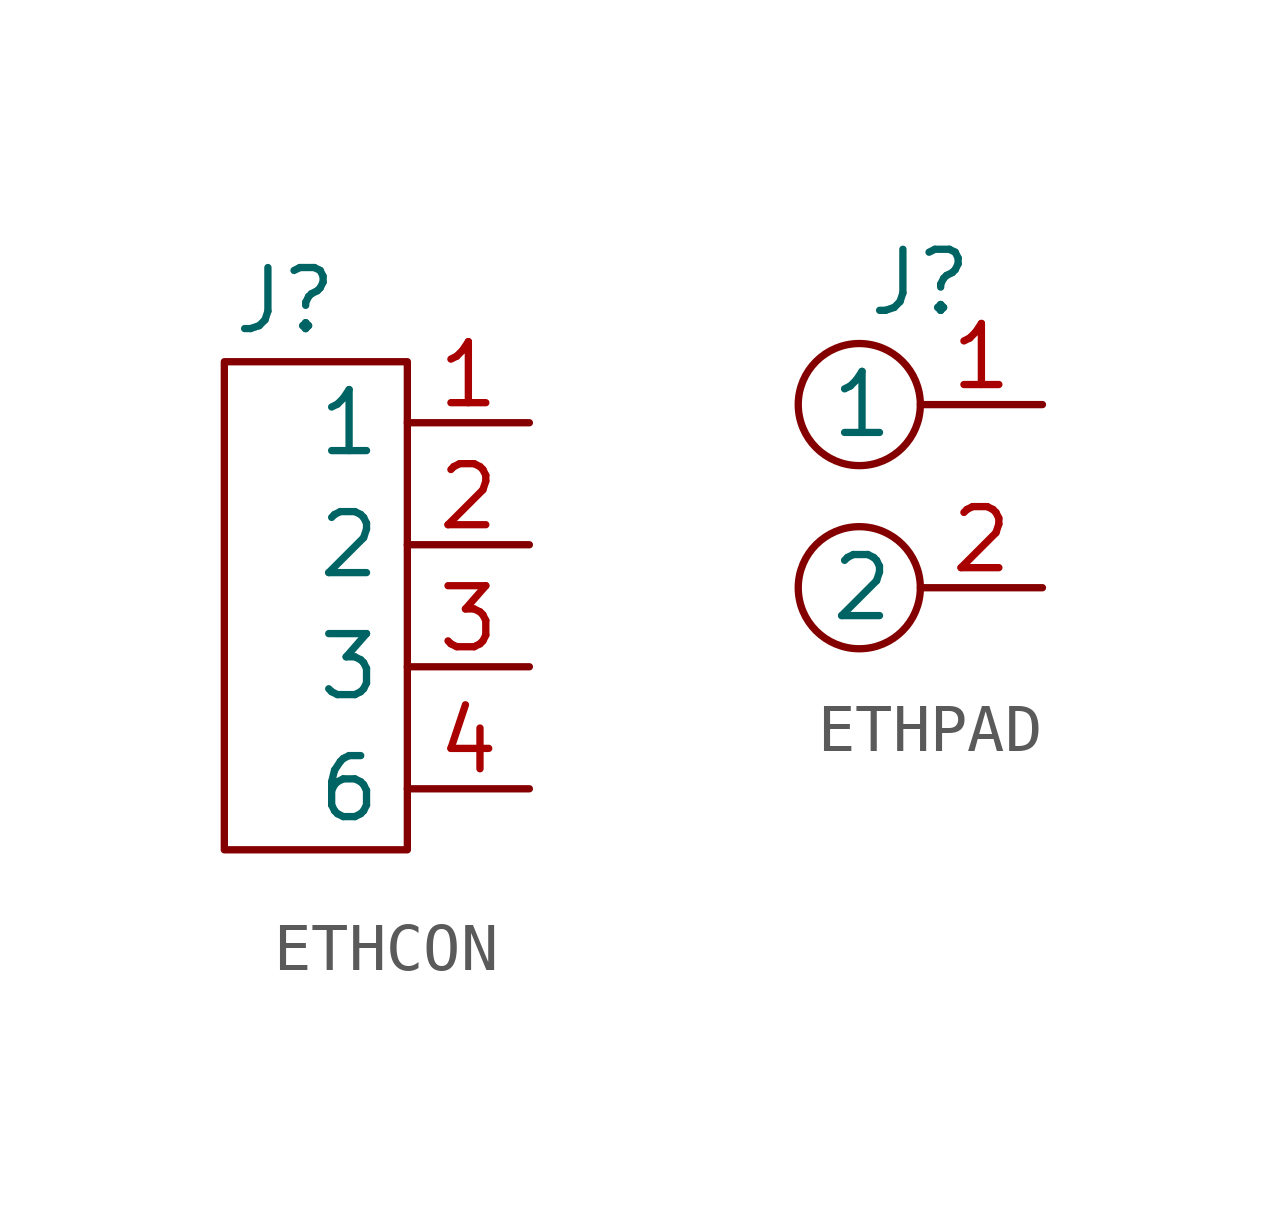
<source format=kicad_sym>
(kicad_symbol_lib
  (version 20241209)
  (generator "kicad_symbol_editor")
  (generator_version "9.0")
  (symbol "ETHCON"
    (property "Reference" "J"
      (at 0 0 0)
      (effects (font (size 1.27 1.27))))
    (property "Value" ""
      (at 0 0 0)
      (effects (font (size 1.27 1.27))))
    (symbol "ETHCON_0_1"
      (rectangle (start -1.27 -1.27) (end 2.54 -11.43) (stroke (width 0) (type default)) (fill (type none))))
    (symbol "ETHCON_1_1"
      (pin passive line (at 5.08 -2.54 180) (length 2.54) (name "1" (effects (font (size 1.27 1.27)))) (number "1" (effects (font (size 1.27 1.27)))))
      (pin passive line (at 5.08 -5.08 180) (length 2.54) (name "2" (effects (font (size 1.27 1.27)))) (number "2" (effects (font (size 1.27 1.27)))))
      (pin passive line (at 5.08 -7.62 180) (length 2.54) (name "3" (effects (font (size 1.27 1.27)))) (number "3" (effects (font (size 1.27 1.27)))))
      (pin passive line (at 5.08 -10.16 180) (length 2.54) (name "6" (effects (font (size 1.27 1.27)))) (number "4" (effects (font (size 1.27 1.27)))))))
  (symbol "ETHPAD"
    (property "Reference" "J"
      (at 0 0 0)
      (effects (font (size 1.27 1.27))))
    (property "Value" ""
      (at 0 0 0)
      (effects (font (size 1.27 1.27))))
    (symbol "ETHPAD_0_1"
      (circle (center -1.27 -2.54) (radius 1.27) (stroke (width 0) (type default)) (fill (type none)))
      (circle (center -1.27 -6.35) (radius 1.27) (stroke (width 0) (type default)) (fill (type none))))
    (symbol "ETHPAD_1_1"
      (pin passive line (at 2.54 -2.54 180) (length 2.54) (name "1" (effects (font (size 1.27 1.27)))) (number "1" (effects (font (size 1.27 1.27)))))
      (pin passive line (at 2.54 -6.35 180) (length 2.54) (name "2" (effects (font (size 1.27 1.27)))) (number "2" (effects (font (size 1.27 1.27))))))))
</source>
